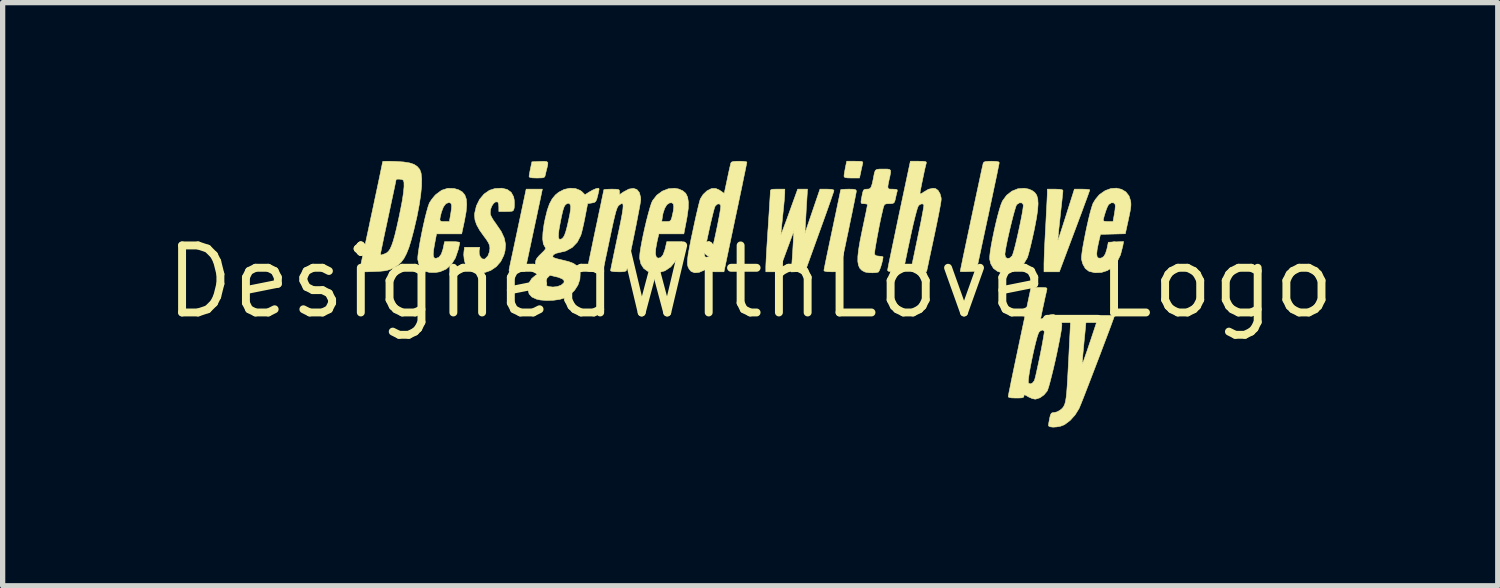
<source format=kicad_pcb>
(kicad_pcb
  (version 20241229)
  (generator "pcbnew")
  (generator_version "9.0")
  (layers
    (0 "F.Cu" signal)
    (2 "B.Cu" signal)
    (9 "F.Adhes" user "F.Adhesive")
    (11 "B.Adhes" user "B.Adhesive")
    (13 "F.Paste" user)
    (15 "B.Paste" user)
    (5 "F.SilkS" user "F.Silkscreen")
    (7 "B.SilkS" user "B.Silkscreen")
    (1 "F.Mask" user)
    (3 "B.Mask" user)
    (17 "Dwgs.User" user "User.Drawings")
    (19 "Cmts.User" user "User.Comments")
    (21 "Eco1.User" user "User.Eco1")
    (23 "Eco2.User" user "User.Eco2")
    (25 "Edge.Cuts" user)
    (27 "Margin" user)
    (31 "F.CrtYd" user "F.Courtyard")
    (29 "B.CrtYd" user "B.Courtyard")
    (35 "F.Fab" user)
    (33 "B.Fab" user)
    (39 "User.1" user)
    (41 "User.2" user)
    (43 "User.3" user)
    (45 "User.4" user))
  (footprint "DesignedWithLove_Logo"
    (layer "F.Cu")
    (at 11.165 2.291)
    (property "Reference" "DesignedWithLove_Logo" (at 0 0 0) (layer "F.SilkS") (effects (font (size 1.27 1.27) (thickness 0.15))))
    (attr through_hole)
    (fp_poly (pts (xy 2.066 -2.285) (xy 2.111 -2.282) (xy 2.131 -2.272) (xy 2.134 -2.254) (xy 2.13 -2.238) (xy 2.119 -2.19) (xy 2.103 -2.12) (xy 2.095 -2.079) (xy 2.071 -1.968) (xy 1.924 -1.968) (xy 1.846 -1.97) (xy 1.801 -1.976) (xy 1.782 -1.989) (xy 1.778 -2.004) (xy 1.782 -2.044) (xy 1.793 -2.108) (xy 1.803 -2.163) (xy 1.829 -2.286) (xy 1.986 -2.286) (xy 2.066 -2.285)) (stroke (width 0.01) (type solid)) (fill yes) (layer "F.SilkS"))
    (fp_poly (pts (xy -3.853 -2.278) (xy -3.834 -2.258) (xy -3.837 -2.217) (xy -3.85 -2.159) (xy -3.868 -2.09) (xy -3.882 -2.027) (xy -3.882 -2.027) (xy -3.891 -1.996) (xy -3.908 -1.979) (xy -3.942 -1.971) (xy -4.004 -1.969) (xy -4.043 -1.968) (xy -4.129 -1.971) (xy -4.176 -1.98) (xy -4.19 -1.995) (xy -4.186 -2.029) (xy -4.175 -2.089) (xy -4.163 -2.148) (xy -4.136 -2.275) (xy -3.984 -2.282) (xy -3.901 -2.284) (xy -3.853 -2.278)) (stroke (width 0.01) (type solid)) (fill yes) (layer "F.SilkS"))
    (fp_poly (pts (xy -3.95 -1.699) (xy -3.957 -1.665) (xy -3.972 -1.594) (xy -3.993 -1.493) (xy -4.02 -1.367) (xy -4.051 -1.219) (xy -4.086 -1.056) (xy -4.115 -0.921) (xy -4.268 -0.201) (xy -4.423 -0.195) (xy -4.502 -0.192) (xy -4.547 -0.194) (xy -4.567 -0.203) (xy -4.57 -0.221) (xy -4.567 -0.237) (xy -4.561 -0.269) (xy -4.547 -0.337) (xy -4.526 -0.436) (xy -4.499 -0.561) (xy -4.468 -0.707) (xy -4.433 -0.87) (xy -4.401 -1.021) (xy -4.245 -1.757) (xy -3.938 -1.757) (xy -3.95 -1.699)) (stroke (width 0.01) (type solid)) (fill yes) (layer "F.SilkS"))
    (fp_poly (pts (xy 4.659 -2.283) (xy 4.706 -2.274) (xy 4.719 -2.26) (xy 4.715 -2.234) (xy 4.702 -2.171) (xy 4.683 -2.076) (xy 4.657 -1.951) (xy 4.625 -1.801) (xy 4.589 -1.63) (xy 4.549 -1.442) (xy 4.507 -1.241) (xy 4.501 -1.217) (xy 4.284 -0.201) (xy 4.132 -0.195) (xy 4.058 -0.193) (xy 4.003 -0.194) (xy 3.98 -0.198) (xy 3.979 -0.198) (xy 3.984 -0.221) (xy 3.996 -0.281) (xy 4.015 -0.372) (xy 4.039 -0.49) (xy 4.069 -0.63) (xy 4.102 -0.787) (xy 4.138 -0.956) (xy 4.175 -1.132) (xy 4.213 -1.311) (xy 4.251 -1.488) (xy 4.287 -1.657) (xy 4.321 -1.815) (xy 4.351 -1.955) (xy 4.376 -2.073) (xy 4.396 -2.165) (xy 4.41 -2.225) (xy 4.415 -2.249) (xy 4.429 -2.269) (xy 4.459 -2.28) (xy 4.517 -2.285) (xy 4.573 -2.286) (xy 4.659 -2.283)) (stroke (width 0.01) (type solid)) (fill yes) (layer "F.SilkS"))
    (fp_poly (pts (xy 1.941 -1.756) (xy 1.986 -1.75) (xy 2.006 -1.738) (xy 2.011 -1.718) (xy 2.007 -1.691) (xy 1.995 -1.629) (xy 1.977 -1.537) (xy 1.953 -1.42) (xy 1.926 -1.286) (xy 1.895 -1.139) (xy 1.864 -0.985) (xy 1.831 -0.831) (xy 1.8 -0.681) (xy 1.77 -0.542) (xy 1.744 -0.42) (xy 1.722 -0.32) (xy 1.706 -0.247) (xy 1.704 -0.238) (xy 1.694 -0.213) (xy 1.674 -0.199) (xy 1.633 -0.192) (xy 1.561 -0.191) (xy 1.545 -0.191) (xy 1.457 -0.194) (xy 1.408 -0.204) (xy 1.397 -0.214) (xy 1.401 -0.24) (xy 1.413 -0.302) (xy 1.432 -0.396) (xy 1.457 -0.517) (xy 1.487 -0.66) (xy 1.521 -0.821) (xy 1.556 -0.986) (xy 1.592 -1.158) (xy 1.626 -1.317) (xy 1.655 -1.457) (xy 1.68 -1.575) (xy 1.699 -1.666) (xy 1.71 -1.724) (xy 1.714 -1.746) (xy 1.734 -1.751) (xy 1.785 -1.755) (xy 1.857 -1.757) (xy 1.863 -1.757) (xy 1.941 -1.756)) (stroke (width 0.01) (type solid)) (fill yes) (layer "F.SilkS"))
    (fp_poly (pts (xy 5.864 -1.754) (xy 5.912 -1.745) (xy 5.926 -1.73) (xy 5.924 -1.702) (xy 5.917 -1.639) (xy 5.908 -1.546) (xy 5.895 -1.431) (xy 5.881 -1.3) (xy 5.875 -1.249) (xy 5.861 -1.115) (xy 5.848 -0.997) (xy 5.839 -0.899) (xy 5.832 -0.829) (xy 5.829 -0.793) (xy 5.829 -0.789) (xy 5.832 -0.792) (xy 5.838 -0.805) (xy 5.848 -0.834) (xy 5.864 -0.882) (xy 5.887 -0.952) (xy 5.918 -1.048) (xy 5.959 -1.176) (xy 6.01 -1.337) (xy 6.044 -1.445) (xy 6.143 -1.757) (xy 6.289 -1.757) (xy 6.361 -1.755) (xy 6.413 -1.75) (xy 6.435 -1.743) (xy 6.435 -1.743) (xy 6.427 -1.72) (xy 6.407 -1.663) (xy 6.375 -1.574) (xy 6.332 -1.459) (xy 6.282 -1.322) (xy 6.224 -1.167) (xy 6.161 -0.998) (xy 6.146 -0.959) (xy 5.858 -0.191) (xy 5.567 -0.191) (xy 5.567 -0.344) (xy 5.569 -0.407) (xy 5.572 -0.506) (xy 5.577 -0.631) (xy 5.584 -0.775) (xy 5.592 -0.93) (xy 5.599 -1.058) (xy 5.607 -1.212) (xy 5.614 -1.355) (xy 5.621 -1.48) (xy 5.626 -1.582) (xy 5.629 -1.654) (xy 5.63 -1.688) (xy 5.63 -1.757) (xy 5.779 -1.757) (xy 5.864 -1.754)) (stroke (width 0.01) (type solid)) (fill yes) (layer "F.SilkS"))
    (fp_poly (pts (xy -1.357 -1.76) (xy -1.278 -1.726) (xy -1.221 -1.677) (xy -1.186 -1.606) (xy -1.171 -1.512) (xy -1.174 -1.388) (xy -1.196 -1.231) (xy -1.208 -1.165) (xy -1.257 -0.91) (xy -1.731 -0.91) (xy -1.767 -0.752) (xy -1.79 -0.625) (xy -1.795 -0.534) (xy -1.782 -0.476) (xy -1.751 -0.45) (xy -1.743 -0.449) (xy -1.693 -0.461) (xy -1.65 -0.515) (xy -1.616 -0.61) (xy -1.606 -0.649) (xy -1.581 -0.762) (xy -1.29 -0.762) (xy -1.303 -0.704) (xy -1.353 -0.527) (xy -1.42 -0.388) (xy -1.505 -0.284) (xy -1.609 -0.214) (xy -1.618 -0.209) (xy -1.734 -0.176) (xy -1.854 -0.176) (xy -1.942 -0.201) (xy -2.018 -0.256) (xy -2.071 -0.34) (xy -2.095 -0.445) (xy -2.095 -0.469) (xy -2.09 -0.537) (xy -2.076 -0.635) (xy -2.054 -0.756) (xy -2.027 -0.89) (xy -1.996 -1.03) (xy -1.969 -1.143) (xy -1.677 -1.143) (xy -1.591 -1.143) (xy -1.535 -1.146) (xy -1.506 -1.163) (xy -1.489 -1.204) (xy -1.484 -1.222) (xy -1.457 -1.342) (xy -1.448 -1.425) (xy -1.457 -1.477) (xy -1.486 -1.499) (xy -1.528 -1.496) (xy -1.578 -1.463) (xy -1.62 -1.394) (xy -1.652 -1.297) (xy -1.662 -1.241) (xy -1.677 -1.143) (xy -1.969 -1.143) (xy -1.963 -1.168) (xy -1.93 -1.296) (xy -1.899 -1.406) (xy -1.872 -1.49) (xy -1.851 -1.538) (xy -1.769 -1.643) (xy -1.666 -1.719) (xy -1.551 -1.764) (xy -1.43 -1.774) (xy -1.357 -1.76)) (stroke (width 0.01) (type solid)) (fill yes) (layer "F.SilkS"))
    (fp_poly (pts (xy -4.602 -1.75) (xy -4.528 -1.695) (xy -4.483 -1.612) (xy -4.471 -1.55) (xy -4.468 -1.476) (xy -4.471 -1.41) (xy -4.475 -1.388) (xy -4.485 -1.358) (xy -4.504 -1.342) (xy -4.543 -1.335) (xy -4.613 -1.334) (xy -4.625 -1.333) (xy -4.763 -1.333) (xy -4.763 -1.417) (xy -4.767 -1.473) (xy -4.779 -1.509) (xy -4.783 -1.513) (xy -4.822 -1.517) (xy -4.862 -1.488) (xy -4.896 -1.437) (xy -4.92 -1.373) (xy -4.926 -1.306) (xy -4.922 -1.274) (xy -4.902 -1.229) (xy -4.864 -1.165) (xy -4.814 -1.096) (xy -4.812 -1.092) (xy -4.718 -0.955) (xy -4.66 -0.83) (xy -4.636 -0.711) (xy -4.645 -0.59) (xy -4.668 -0.505) (xy -4.727 -0.385) (xy -4.812 -0.288) (xy -4.916 -0.217) (xy -5.03 -0.177) (xy -5.149 -0.17) (xy -5.26 -0.199) (xy -5.317 -0.232) (xy -5.359 -0.267) (xy -5.394 -0.329) (xy -5.418 -0.416) (xy -5.428 -0.511) (xy -5.424 -0.572) (xy -5.413 -0.656) (xy -5.125 -0.656) (xy -5.136 -0.587) (xy -5.134 -0.523) (xy -5.112 -0.47) (xy -5.076 -0.435) (xy -5.035 -0.431) (xy -5.023 -0.436) (xy -4.97 -0.491) (xy -4.939 -0.574) (xy -4.932 -0.639) (xy -4.938 -0.689) (xy -4.96 -0.742) (xy -5.003 -0.809) (xy -5.04 -0.858) (xy -5.127 -0.98) (xy -5.184 -1.083) (xy -5.215 -1.174) (xy -5.223 -1.262) (xy -5.221 -1.299) (xy -5.188 -1.44) (xy -5.127 -1.564) (xy -5.043 -1.664) (xy -4.941 -1.735) (xy -4.835 -1.769) (xy -4.705 -1.775) (xy -4.602 -1.75)) (stroke (width 0.01) (type solid)) (fill yes) (layer "F.SilkS"))
    (fp_poly (pts (xy 0.655 -1.677) (xy 0.652 -1.63) (xy 0.646 -1.549) (xy 0.636 -1.444) (xy 0.624 -1.325) (xy 0.616 -1.249) (xy 0.604 -1.132) (xy 0.593 -1.032) (xy 0.586 -0.954) (xy 0.582 -0.906) (xy 0.582 -0.894) (xy 0.59 -0.911) (xy 0.61 -0.963) (xy 0.64 -1.043) (xy 0.679 -1.146) (xy 0.723 -1.267) (xy 0.743 -1.323) (xy 0.9 -1.757) (xy 1.086 -1.757) (xy 1.072 -1.529) (xy 1.064 -1.408) (xy 1.057 -1.276) (xy 1.05 -1.155) (xy 1.047 -1.111) (xy 1.037 -0.921) (xy 1.322 -1.757) (xy 1.455 -1.757) (xy 1.536 -1.754) (xy 1.578 -1.743) (xy 1.587 -1.73) (xy 1.58 -1.705) (xy 1.559 -1.645) (xy 1.528 -1.553) (xy 1.487 -1.436) (xy 1.438 -1.297) (xy 1.382 -1.141) (xy 1.321 -0.972) (xy 1.314 -0.953) (xy 1.043 -0.201) (xy 0.778 -0.188) (xy 0.79 -0.353) (xy 0.797 -0.45) (xy 0.805 -0.57) (xy 0.812 -0.691) (xy 0.815 -0.741) (xy 0.827 -0.963) (xy 0.684 -0.577) (xy 0.542 -0.191) (xy 0.296 -0.191) (xy 0.296 -0.291) (xy 0.298 -0.338) (xy 0.302 -0.42) (xy 0.308 -0.533) (xy 0.316 -0.668) (xy 0.326 -0.82) (xy 0.336 -0.982) (xy 0.339 -1.016) (xy 0.349 -1.177) (xy 0.359 -1.327) (xy 0.367 -1.459) (xy 0.374 -1.568) (xy 0.379 -1.648) (xy 0.381 -1.693) (xy 0.381 -1.699) (xy 0.383 -1.73) (xy 0.395 -1.747) (xy 0.426 -1.755) (xy 0.487 -1.757) (xy 0.519 -1.757) (xy 0.656 -1.757) (xy 0.655 -1.677)) (stroke (width 0.01) (type solid)) (fill yes) (layer "F.SilkS"))
    (fp_poly (pts (xy 5.269 -1.76) (xy 5.338 -1.733) (xy 5.391 -1.695) (xy 5.428 -1.644) (xy 5.449 -1.573) (xy 5.455 -1.481) (xy 5.447 -1.361) (xy 5.425 -1.21) (xy 5.39 -1.025) (xy 5.377 -0.961) (xy 5.347 -0.827) (xy 5.318 -0.702) (xy 5.291 -0.593) (xy 5.268 -0.509) (xy 5.252 -0.457) (xy 5.25 -0.454) (xy 5.182 -0.342) (xy 5.09 -0.255) (xy 4.981 -0.197) (xy 4.863 -0.17) (xy 4.745 -0.18) (xy 4.687 -0.199) (xy 4.61 -0.255) (xy 4.558 -0.343) (xy 4.538 -0.428) (xy 4.539 -0.486) (xy 4.542 -0.517) (xy 4.826 -0.517) (xy 4.84 -0.465) (xy 4.875 -0.443) (xy 4.92 -0.452) (xy 4.964 -0.494) (xy 4.964 -0.494) (xy 4.978 -0.531) (xy 4.999 -0.6) (xy 5.024 -0.695) (xy 5.051 -0.808) (xy 5.079 -0.931) (xy 5.106 -1.057) (xy 5.131 -1.179) (xy 5.152 -1.287) (xy 5.167 -1.377) (xy 5.175 -1.439) (xy 5.174 -1.464) (xy 5.147 -1.497) (xy 5.103 -1.498) (xy 5.055 -1.468) (xy 5.049 -1.461) (xy 5.035 -1.431) (xy 5.015 -1.366) (xy 4.989 -1.275) (xy 4.961 -1.166) (xy 4.931 -1.045) (xy 4.902 -0.92) (xy 4.875 -0.799) (xy 4.853 -0.69) (xy 4.836 -0.599) (xy 4.827 -0.535) (xy 4.826 -0.517) (xy 4.542 -0.517) (xy 4.549 -0.575) (xy 4.567 -0.69) (xy 4.592 -0.822) (xy 4.621 -0.962) (xy 4.653 -1.104) (xy 4.686 -1.239) (xy 4.719 -1.36) (xy 4.749 -1.457) (xy 4.776 -1.524) (xy 4.78 -1.533) (xy 4.859 -1.641) (xy 4.959 -1.719) (xy 5.073 -1.765) (xy 5.194 -1.774) (xy 5.269 -1.76)) (stroke (width 0.01) (type solid)) (fill yes) (layer "F.SilkS"))
    (fp_poly (pts (xy -5.608 -1.769) (xy -5.524 -1.744) (xy -5.455 -1.704) (xy -5.407 -1.646) (xy -5.379 -1.567) (xy -5.372 -1.462) (xy -5.383 -1.327) (xy -5.414 -1.157) (xy -5.418 -1.138) (xy -5.467 -0.91) (xy -5.943 -0.91) (xy -5.981 -0.712) (xy -6 -0.598) (xy -6.006 -0.52) (xy -5.999 -0.472) (xy -5.979 -0.449) (xy -5.955 -0.445) (xy -5.899 -0.465) (xy -5.853 -0.525) (xy -5.82 -0.623) (xy -5.817 -0.638) (xy -5.791 -0.762) (xy -5.647 -0.762) (xy -5.575 -0.76) (xy -5.524 -0.754) (xy -5.504 -0.746) (xy -5.504 -0.746) (xy -5.508 -0.718) (xy -5.52 -0.663) (xy -5.532 -0.611) (xy -5.585 -0.455) (xy -5.661 -0.332) (xy -5.759 -0.244) (xy -5.878 -0.192) (xy -5.962 -0.178) (xy -6.075 -0.179) (xy -6.153 -0.199) (xy -6.228 -0.252) (xy -6.277 -0.332) (xy -6.299 -0.425) (xy -6.298 -0.477) (xy -6.288 -0.562) (xy -6.271 -0.672) (xy -6.248 -0.8) (xy -6.221 -0.937) (xy -6.192 -1.076) (xy -6.168 -1.178) (xy -5.881 -1.178) (xy -5.87 -1.153) (xy -5.839 -1.144) (xy -5.792 -1.143) (xy -5.7 -1.143) (xy -5.673 -1.3) (xy -5.659 -1.395) (xy -5.658 -1.456) (xy -5.671 -1.489) (xy -5.699 -1.502) (xy -5.713 -1.503) (xy -5.766 -1.482) (xy -5.812 -1.422) (xy -5.85 -1.324) (xy -5.854 -1.309) (xy -5.874 -1.227) (xy -5.881 -1.178) (xy -6.168 -1.178) (xy -6.162 -1.208) (xy -6.132 -1.325) (xy -6.105 -1.421) (xy -6.082 -1.486) (xy -6.077 -1.499) (xy -6.036 -1.561) (xy -5.981 -1.629) (xy -5.954 -1.657) (xy -5.846 -1.736) (xy -5.731 -1.773) (xy -5.608 -1.769)) (stroke (width 0.01) (type solid)) (fill yes) (layer "F.SilkS"))
    (fp_poly (pts (xy 7.036 -1.754) (xy 7.118 -1.705) (xy 7.178 -1.629) (xy 7.208 -1.535) (xy 7.213 -1.496) (xy 7.214 -1.456) (xy 7.21 -1.408) (xy 7.2 -1.344) (xy 7.183 -1.258) (xy 7.158 -1.141) (xy 7.141 -1.064) (xy 7.108 -0.912) (xy 6.873 -0.906) (xy 6.637 -0.9) (xy 6.6 -0.741) (xy 6.575 -0.619) (xy 6.566 -0.532) (xy 6.573 -0.477) (xy 6.597 -0.451) (xy 6.639 -0.449) (xy 6.652 -0.452) (xy 6.696 -0.477) (xy 6.731 -0.532) (xy 6.759 -0.622) (xy 6.769 -0.667) (xy 6.786 -0.751) (xy 6.93 -0.758) (xy 7.075 -0.764) (xy 7.061 -0.684) (xy 7.017 -0.513) (xy 6.951 -0.378) (xy 6.862 -0.276) (xy 6.767 -0.214) (xy 6.654 -0.178) (xy 6.534 -0.173) (xy 6.424 -0.199) (xy 6.42 -0.2) (xy 6.35 -0.253) (xy 6.301 -0.341) (xy 6.278 -0.427) (xy 6.278 -0.474) (xy 6.287 -0.554) (xy 6.303 -0.66) (xy 6.326 -0.784) (xy 6.352 -0.918) (xy 6.381 -1.055) (xy 6.405 -1.159) (xy 6.689 -1.159) (xy 6.708 -1.149) (xy 6.755 -1.144) (xy 6.782 -1.143) (xy 6.875 -1.143) (xy 6.901 -1.289) (xy 6.913 -1.367) (xy 6.918 -1.432) (xy 6.915 -1.469) (xy 6.915 -1.469) (xy 6.886 -1.498) (xy 6.842 -1.498) (xy 6.798 -1.47) (xy 6.783 -1.451) (xy 6.761 -1.406) (xy 6.736 -1.338) (xy 6.712 -1.262) (xy 6.694 -1.195) (xy 6.689 -1.159) (xy 6.405 -1.159) (xy 6.411 -1.187) (xy 6.44 -1.306) (xy 6.468 -1.405) (xy 6.491 -1.476) (xy 6.5 -1.495) (xy 6.543 -1.565) (xy 6.602 -1.636) (xy 6.625 -1.659) (xy 6.726 -1.729) (xy 6.833 -1.768) (xy 6.938 -1.776) (xy 7.036 -1.754)) (stroke (width 0.01) (type solid)) (fill yes) (layer "F.SilkS"))
    (fp_poly (pts (xy 6.826 0.637) (xy 6.879 0.64) (xy 6.9 0.646) (xy 6.9 0.646) (xy 6.893 0.671) (xy 6.872 0.729) (xy 6.84 0.817) (xy 6.798 0.93) (xy 6.748 1.063) (xy 6.692 1.21) (xy 6.633 1.367) (xy 6.571 1.529) (xy 6.509 1.691) (xy 6.449 1.848) (xy 6.392 1.995) (xy 6.341 2.127) (xy 6.297 2.239) (xy 6.262 2.326) (xy 6.238 2.384) (xy 6.23 2.402) (xy 6.157 2.52) (xy 6.064 2.624) (xy 5.962 2.701) (xy 5.943 2.711) (xy 5.881 2.735) (xy 5.809 2.748) (xy 5.74 2.753) (xy 5.684 2.746) (xy 5.654 2.73) (xy 5.652 2.721) (xy 5.656 2.683) (xy 5.667 2.622) (xy 5.674 2.583) (xy 5.69 2.52) (xy 5.708 2.488) (xy 5.735 2.477) (xy 5.756 2.477) (xy 5.815 2.463) (xy 5.871 2.432) (xy 5.901 2.408) (xy 5.925 2.383) (xy 5.945 2.352) (xy 5.962 2.312) (xy 5.976 2.259) (xy 5.987 2.188) (xy 5.997 2.095) (xy 6.006 1.975) (xy 6.015 1.825) (xy 6.025 1.64) (xy 6.034 1.473) (xy 6.043 1.295) (xy 6.051 1.129) (xy 6.059 0.98) (xy 6.065 0.855) (xy 6.07 0.756) (xy 6.073 0.691) (xy 6.074 0.662) (xy 6.074 0.661) (xy 6.091 0.646) (xy 6.142 0.637) (xy 6.223 0.635) (xy 6.309 0.638) (xy 6.357 0.647) (xy 6.371 0.661) (xy 6.369 0.69) (xy 6.363 0.753) (xy 6.355 0.846) (xy 6.344 0.96) (xy 6.331 1.089) (xy 6.328 1.119) (xy 6.316 1.25) (xy 6.305 1.365) (xy 6.297 1.458) (xy 6.293 1.524) (xy 6.292 1.556) (xy 6.292 1.558) (xy 6.3 1.54) (xy 6.32 1.488) (xy 6.348 1.407) (xy 6.385 1.302) (xy 6.426 1.179) (xy 6.453 1.1) (xy 6.607 0.635) (xy 6.754 0.635) (xy 6.826 0.637)) (stroke (width 0.01) (type solid)) (fill yes) (layer "F.SilkS"))
    (fp_poly (pts (xy -2.147 -1.75) (xy -2.1 -1.692) (xy -2.076 -1.6) (xy -2.074 -1.554) (xy -2.079 -1.52) (xy -2.09 -1.451) (xy -2.108 -1.354) (xy -2.131 -1.234) (xy -2.157 -1.098) (xy -2.186 -0.954) (xy -2.216 -0.806) (xy -2.246 -0.662) (xy -2.274 -0.527) (xy -2.299 -0.409) (xy -2.32 -0.314) (xy -2.336 -0.248) (xy -2.341 -0.228) (xy -2.354 -0.207) (xy -2.385 -0.196) (xy -2.442 -0.191) (xy -2.499 -0.191) (xy -2.573 -0.193) (xy -2.625 -0.201) (xy -2.646 -0.211) (xy -2.646 -0.211) (xy -2.642 -0.237) (xy -2.63 -0.298) (xy -2.611 -0.39) (xy -2.587 -0.507) (xy -2.558 -0.644) (xy -2.526 -0.795) (xy -2.519 -0.83) (xy -2.478 -1.021) (xy -2.447 -1.174) (xy -2.425 -1.293) (xy -2.412 -1.38) (xy -2.408 -1.439) (xy -2.412 -1.473) (xy -2.426 -1.485) (xy -2.447 -1.48) (xy -2.477 -1.459) (xy -2.494 -1.445) (xy -2.509 -1.425) (xy -2.525 -1.39) (xy -2.544 -1.334) (xy -2.565 -1.254) (xy -2.591 -1.145) (xy -2.622 -1.003) (xy -2.655 -0.847) (xy -2.687 -0.696) (xy -2.716 -0.557) (xy -2.742 -0.436) (xy -2.762 -0.338) (xy -2.777 -0.27) (xy -2.784 -0.238) (xy -2.793 -0.213) (xy -2.813 -0.199) (xy -2.854 -0.192) (xy -2.926 -0.191) (xy -2.943 -0.191) (xy -3.032 -0.194) (xy -3.08 -0.204) (xy -3.09 -0.216) (xy -3.086 -0.241) (xy -3.074 -0.304) (xy -3.055 -0.398) (xy -3.03 -0.519) (xy -3 -0.662) (xy -2.967 -0.823) (xy -2.932 -0.989) (xy -2.895 -1.161) (xy -2.862 -1.32) (xy -2.832 -1.46) (xy -2.808 -1.578) (xy -2.789 -1.668) (xy -2.777 -1.726) (xy -2.773 -1.747) (xy -2.753 -1.752) (xy -2.702 -1.755) (xy -2.631 -1.757) (xy -2.625 -1.757) (xy -2.547 -1.756) (xy -2.503 -1.751) (xy -2.483 -1.74) (xy -2.477 -1.718) (xy -2.477 -1.705) (xy -2.477 -1.652) (xy -2.399 -1.705) (xy -2.299 -1.758) (xy -2.214 -1.772) (xy -2.147 -1.75)) (stroke (width 0.01) (type solid)) (fill yes) (layer "F.SilkS"))
    (fp_poly (pts (xy 2.594 -2.138) (xy 2.639 -2.131) (xy 2.659 -2.112) (xy 2.66 -2.07) (xy 2.647 -1.999) (xy 2.635 -1.947) (xy 2.616 -1.858) (xy 2.608 -1.802) (xy 2.614 -1.772) (xy 2.636 -1.759) (xy 2.678 -1.757) (xy 2.7 -1.757) (xy 2.759 -1.754) (xy 2.785 -1.745) (xy 2.787 -1.724) (xy 2.786 -1.72) (xy 2.773 -1.672) (xy 2.761 -1.619) (xy 2.745 -1.546) (xy 2.729 -1.505) (xy 2.705 -1.487) (xy 2.664 -1.482) (xy 2.635 -1.482) (xy 2.576 -1.479) (xy 2.546 -1.466) (xy 2.529 -1.43) (xy 2.521 -1.402) (xy 2.5 -1.312) (xy 2.475 -1.203) (xy 2.45 -1.082) (xy 2.426 -0.957) (xy 2.403 -0.835) (xy 2.383 -0.723) (xy 2.367 -0.629) (xy 2.358 -0.56) (xy 2.356 -0.524) (xy 2.356 -0.521) (xy 2.389 -0.494) (xy 2.444 -0.487) (xy 2.493 -0.483) (xy 2.517 -0.473) (xy 2.518 -0.471) (xy 2.51 -0.42) (xy 2.494 -0.352) (xy 2.473 -0.282) (xy 2.451 -0.224) (xy 2.433 -0.19) (xy 2.43 -0.187) (xy 2.388 -0.176) (xy 2.322 -0.172) (xy 2.249 -0.174) (xy 2.188 -0.184) (xy 2.17 -0.189) (xy 2.117 -0.218) (xy 2.077 -0.258) (xy 2.052 -0.313) (xy 2.039 -0.387) (xy 2.04 -0.484) (xy 2.054 -0.61) (xy 2.08 -0.766) (xy 2.119 -0.959) (xy 2.126 -0.993) (xy 2.154 -1.126) (xy 2.179 -1.245) (xy 2.2 -1.345) (xy 2.214 -1.418) (xy 2.222 -1.458) (xy 2.223 -1.464) (xy 2.204 -1.476) (xy 2.16 -1.482) (xy 2.159 -1.482) (xy 2.123 -1.483) (xy 2.104 -1.491) (xy 2.099 -1.516) (xy 2.106 -1.567) (xy 2.12 -1.637) (xy 2.134 -1.704) (xy 2.149 -1.74) (xy 2.172 -1.754) (xy 2.211 -1.757) (xy 2.214 -1.757) (xy 2.25 -1.76) (xy 2.276 -1.774) (xy 2.295 -1.806) (xy 2.313 -1.863) (xy 2.332 -1.952) (xy 2.339 -1.99) (xy 2.354 -2.066) (xy 2.37 -2.11) (xy 2.399 -2.131) (xy 2.45 -2.137) (xy 2.52 -2.138) (xy 2.594 -2.138)) (stroke (width 0.01) (type solid)) (fill yes) (layer "F.SilkS"))
    (fp_poly (pts (xy 3.271 -2.285) (xy 3.317 -2.28) (xy 3.336 -2.27) (xy 3.337 -2.253) (xy 3.336 -2.249) (xy 3.325 -2.206) (xy 3.308 -2.135) (xy 3.289 -2.046) (xy 3.269 -1.949) (xy 3.249 -1.854) (xy 3.233 -1.771) (xy 3.221 -1.709) (xy 3.217 -1.68) (xy 3.226 -1.666) (xy 3.257 -1.68) (xy 3.286 -1.701) (xy 3.378 -1.755) (xy 3.463 -1.774) (xy 3.512 -1.768) (xy 3.56 -1.733) (xy 3.597 -1.67) (xy 3.618 -1.592) (xy 3.619 -1.562) (xy 3.615 -1.524) (xy 3.603 -1.45) (xy 3.584 -1.347) (xy 3.559 -1.219) (xy 3.529 -1.073) (xy 3.496 -0.914) (xy 3.482 -0.848) (xy 3.448 -0.689) (xy 3.417 -0.544) (xy 3.39 -0.418) (xy 3.369 -0.316) (xy 3.353 -0.243) (xy 3.345 -0.203) (xy 3.344 -0.198) (xy 3.325 -0.194) (xy 3.274 -0.192) (xy 3.202 -0.191) (xy 3.196 -0.191) (xy 3.115 -0.192) (xy 3.069 -0.199) (xy 3.05 -0.213) (xy 3.048 -0.222) (xy 3.052 -0.25) (xy 3.064 -0.314) (xy 3.083 -0.408) (xy 3.108 -0.527) (xy 3.137 -0.666) (xy 3.169 -0.817) (xy 3.175 -0.848) (xy 3.207 -1.001) (xy 3.236 -1.141) (xy 3.259 -1.262) (xy 3.277 -1.359) (xy 3.288 -1.427) (xy 3.291 -1.46) (xy 3.29 -1.462) (xy 3.258 -1.481) (xy 3.215 -1.466) (xy 3.189 -1.443) (xy 3.173 -1.409) (xy 3.151 -1.336) (xy 3.122 -1.226) (xy 3.087 -1.083) (xy 3.048 -0.907) (xy 3.027 -0.808) (xy 2.994 -0.655) (xy 2.965 -0.515) (xy 2.94 -0.395) (xy 2.92 -0.3) (xy 2.906 -0.234) (xy 2.9 -0.202) (xy 2.9 -0.201) (xy 2.88 -0.196) (xy 2.829 -0.192) (xy 2.758 -0.191) (xy 2.752 -0.191) (xy 2.665 -0.193) (xy 2.617 -0.203) (xy 2.603 -0.217) (xy 2.607 -0.242) (xy 2.619 -0.305) (xy 2.638 -0.401) (xy 2.664 -0.526) (xy 2.695 -0.676) (xy 2.731 -0.847) (xy 2.77 -1.035) (xy 2.812 -1.236) (xy 2.818 -1.265) (xy 3.035 -2.286) (xy 3.191 -2.286) (xy 3.271 -2.285)) (stroke (width 0.01) (type solid)) (fill yes) (layer "F.SilkS"))
    (fp_poly (pts (xy -0.137 -2.284) (xy -0.085 -2.278) (xy -0.063 -2.271) (xy -0.063 -2.27) (xy -0.067 -2.247) (xy -0.079 -2.186) (xy -0.098 -2.092) (xy -0.124 -1.969) (xy -0.154 -1.82) (xy -0.19 -1.65) (xy -0.229 -1.462) (xy -0.272 -1.261) (xy -0.28 -1.223) (xy -0.497 -0.191) (xy -0.653 -0.191) (xy -0.733 -0.192) (xy -0.779 -0.196) (xy -0.799 -0.206) (xy -0.8 -0.224) (xy -0.799 -0.23) (xy -0.796 -0.252) (xy -0.809 -0.254) (xy -0.847 -0.236) (xy -0.876 -0.22) (xy -0.969 -0.18) (xy -1.051 -0.172) (xy -1.115 -0.196) (xy -1.13 -0.209) (xy -1.156 -0.242) (xy -1.175 -0.276) (xy -1.187 -0.318) (xy -1.19 -0.372) (xy -1.185 -0.444) (xy -1.176 -0.513) (xy -0.868 -0.513) (xy -0.855 -0.474) (xy -0.826 -0.466) (xy -0.784 -0.482) (xy -0.755 -0.513) (xy -0.741 -0.549) (xy -0.722 -0.618) (xy -0.699 -0.711) (xy -0.673 -0.822) (xy -0.647 -0.943) (xy -0.621 -1.066) (xy -0.598 -1.184) (xy -0.578 -1.289) (xy -0.564 -1.374) (xy -0.558 -1.431) (xy -0.558 -1.45) (xy -0.585 -1.479) (xy -0.624 -1.473) (xy -0.662 -1.437) (xy -0.664 -1.434) (xy -0.677 -1.401) (xy -0.696 -1.333) (xy -0.719 -1.24) (xy -0.746 -1.129) (xy -0.773 -1.008) (xy -0.8 -0.884) (xy -0.825 -0.766) (xy -0.846 -0.661) (xy -0.86 -0.578) (xy -0.868 -0.523) (xy -0.868 -0.513) (xy -1.176 -0.513) (xy -1.172 -0.537) (xy -1.15 -0.658) (xy -1.12 -0.812) (xy -1.09 -0.952) (xy -1.058 -1.103) (xy -1.027 -1.243) (xy -0.998 -1.367) (xy -0.974 -1.467) (xy -0.955 -1.539) (xy -0.944 -1.573) (xy -0.892 -1.656) (xy -0.82 -1.724) (xy -0.74 -1.765) (xy -0.718 -1.77) (xy -0.654 -1.77) (xy -0.59 -1.743) (xy -0.569 -1.729) (xy -0.492 -1.677) (xy -0.435 -1.944) (xy -0.413 -2.049) (xy -0.393 -2.14) (xy -0.377 -2.209) (xy -0.368 -2.247) (xy -0.368 -2.249) (xy -0.355 -2.269) (xy -0.325 -2.28) (xy -0.267 -2.285) (xy -0.21 -2.286) (xy -0.137 -2.284)) (stroke (width 0.01) (type solid)) (fill yes) (layer "F.SilkS"))
    (fp_poly (pts (xy -6.811 -2.285) (xy -6.715 -2.282) (xy -6.567 -2.272) (xy -6.455 -2.254) (xy -6.371 -2.227) (xy -6.31 -2.187) (xy -6.264 -2.133) (xy -6.261 -2.129) (xy -6.236 -2.06) (xy -6.225 -1.954) (xy -6.227 -1.817) (xy -6.243 -1.651) (xy -6.271 -1.462) (xy -6.311 -1.252) (xy -6.326 -1.185) (xy -6.376 -0.971) (xy -6.423 -0.794) (xy -6.467 -0.65) (xy -6.513 -0.535) (xy -6.56 -0.445) (xy -6.613 -0.374) (xy -6.671 -0.319) (xy -6.739 -0.276) (xy -6.763 -0.263) (xy -6.819 -0.238) (xy -6.872 -0.221) (xy -6.933 -0.209) (xy -7.013 -0.201) (xy -7.122 -0.196) (xy -7.148 -0.195) (xy -7.257 -0.191) (xy -7.331 -0.19) (xy -7.376 -0.192) (xy -7.398 -0.199) (xy -7.404 -0.21) (xy -7.401 -0.225) (xy -7.394 -0.252) (xy -7.38 -0.316) (xy -7.36 -0.41) (xy -7.335 -0.526) (xy -7.006 -0.526) (xy -7.004 -0.512) (xy -6.99 -0.51) (xy -6.952 -0.522) (xy -6.924 -0.532) (xy -6.887 -0.55) (xy -6.854 -0.579) (xy -6.823 -0.624) (xy -6.794 -0.688) (xy -6.764 -0.775) (xy -6.732 -0.889) (xy -6.697 -1.034) (xy -6.657 -1.214) (xy -6.626 -1.365) (xy -6.592 -1.541) (xy -6.57 -1.689) (xy -6.559 -1.804) (xy -6.56 -1.885) (xy -6.571 -1.925) (xy -6.596 -1.938) (xy -6.639 -1.946) (xy -6.683 -1.947) (xy -6.708 -1.94) (xy -6.71 -1.937) (xy -6.714 -1.914) (xy -6.726 -1.855) (xy -6.745 -1.764) (xy -6.77 -1.647) (xy -6.8 -1.508) (xy -6.833 -1.352) (xy -6.858 -1.235) (xy -6.893 -1.07) (xy -6.926 -0.918) (xy -6.954 -0.783) (xy -6.977 -0.672) (xy -6.994 -0.589) (xy -7.004 -0.539) (xy -7.006 -0.526) (xy -7.335 -0.526) (xy -7.333 -0.531) (xy -7.303 -0.674) (xy -7.269 -0.832) (xy -7.232 -1.003) (xy -7.195 -1.18) (xy -7.156 -1.36) (xy -7.119 -1.536) (xy -7.083 -1.704) (xy -7.05 -1.86) (xy -7.021 -1.999) (xy -6.997 -2.115) (xy -6.979 -2.203) (xy -6.967 -2.26) (xy -6.964 -2.28) (xy -6.944 -2.284) (xy -6.89 -2.285) (xy -6.811 -2.285)) (stroke (width 0.01) (type solid)) (fill yes) (layer "F.SilkS"))
    (fp_poly (pts (xy 5.555 0.107) (xy 5.601 0.11) (xy 5.621 0.12) (xy 5.623 0.139) (xy 5.62 0.153) (xy 5.605 0.221) (xy 5.585 0.307) (xy 5.565 0.402) (xy 5.544 0.498) (xy 5.526 0.585) (xy 5.512 0.653) (xy 5.504 0.694) (xy 5.503 0.7) (xy 5.52 0.701) (xy 5.561 0.683) (xy 5.593 0.666) (xy 5.679 0.626) (xy 5.746 0.618) (xy 5.806 0.643) (xy 5.844 0.676) (xy 5.889 0.735) (xy 5.905 0.801) (xy 5.905 0.821) (xy 5.901 0.876) (xy 5.887 0.963) (xy 5.867 1.075) (xy 5.841 1.205) (xy 5.812 1.347) (xy 5.78 1.493) (xy 5.747 1.636) (xy 5.714 1.77) (xy 5.684 1.888) (xy 5.658 1.982) (xy 5.637 2.046) (xy 5.627 2.069) (xy 5.566 2.142) (xy 5.49 2.196) (xy 5.413 2.221) (xy 5.397 2.222) (xy 5.344 2.211) (xy 5.283 2.184) (xy 5.275 2.18) (xy 5.222 2.149) (xy 5.196 2.14) (xy 5.187 2.153) (xy 5.186 2.17) (xy 5.177 2.187) (xy 5.146 2.197) (xy 5.084 2.201) (xy 5.038 2.201) (xy 4.951 2.198) (xy 4.903 2.189) (xy 4.889 2.175) (xy 4.893 2.149) (xy 4.905 2.087) (xy 4.925 1.991) (xy 4.946 1.885) (xy 5.269 1.885) (xy 5.272 1.917) (xy 5.272 1.918) (xy 5.307 1.934) (xy 5.348 1.917) (xy 5.381 1.876) (xy 5.389 1.857) (xy 5.403 1.806) (xy 5.422 1.725) (xy 5.444 1.624) (xy 5.469 1.508) (xy 5.494 1.387) (xy 5.518 1.267) (xy 5.539 1.155) (xy 5.556 1.059) (xy 5.568 0.986) (xy 5.573 0.944) (xy 5.573 0.938) (xy 5.547 0.912) (xy 5.507 0.922) (xy 5.475 0.949) (xy 5.458 0.983) (xy 5.436 1.05) (xy 5.411 1.142) (xy 5.384 1.253) (xy 5.357 1.374) (xy 5.331 1.499) (xy 5.307 1.619) (xy 5.288 1.729) (xy 5.275 1.82) (xy 5.269 1.885) (xy 4.946 1.885) (xy 4.95 1.866) (xy 4.981 1.716) (xy 5.017 1.544) (xy 5.057 1.356) (xy 5.099 1.155) (xy 5.105 1.127) (xy 5.321 0.106) (xy 5.476 0.106) (xy 5.555 0.107)) (stroke (width 0.01) (type solid)) (fill yes) (layer "F.SilkS"))
    (fp_poly (pts (xy -2.863 -1.76) (xy -2.869 -1.722) (xy -2.891 -1.627) (xy -2.908 -1.565) (xy -2.925 -1.528) (xy -2.946 -1.509) (xy -2.976 -1.5) (xy -3 -1.495) (xy -3.08 -1.483) (xy -3.13 -1.224) (xy -3.152 -1.115) (xy -3.175 -1.014) (xy -3.195 -0.931) (xy -3.21 -0.881) (xy -3.276 -0.752) (xy -3.371 -0.653) (xy -3.492 -0.586) (xy -3.609 -0.558) (xy -3.68 -0.541) (xy -3.727 -0.515) (xy -3.743 -0.485) (xy -3.734 -0.466) (xy -3.705 -0.452) (xy -3.646 -0.434) (xy -3.57 -0.416) (xy -3.56 -0.414) (xy -3.437 -0.383) (xy -3.35 -0.35) (xy -3.29 -0.309) (xy -3.251 -0.258) (xy -3.249 -0.255) (xy -3.221 -0.156) (xy -3.227 -0.048) (xy -3.264 0.06) (xy -3.329 0.161) (xy -3.418 0.247) (xy -3.512 0.302) (xy -3.609 0.332) (xy -3.731 0.349) (xy -3.859 0.353) (xy -3.978 0.343) (xy -4.047 0.328) (xy -4.136 0.287) (xy -4.189 0.229) (xy -4.211 0.147) (xy -4.212 0.112) (xy -4.193 0.022) (xy -4.191 0.019) (xy -3.911 0.019) (xy -3.911 0.027) (xy -3.878 0.065) (xy -3.817 0.089) (xy -3.74 0.098) (xy -3.659 0.09) (xy -3.588 0.065) (xy -3.578 0.059) (xy -3.53 0.017) (xy -3.524 -0.021) (xy -3.559 -0.056) (xy -3.635 -0.087) (xy -3.673 -0.096) (xy -3.795 -0.125) (xy -3.857 -0.062) (xy -3.894 -0.017) (xy -3.911 0.019) (xy -4.191 0.019) (xy -4.139 -0.063) (xy -4.061 -0.128) (xy -4.023 -0.148) (xy -3.961 -0.173) (xy -4.017 -0.222) (xy -4.057 -0.269) (xy -4.07 -0.328) (xy -4.07 -0.351) (xy -4.064 -0.401) (xy -4.043 -0.445) (xy -4.001 -0.495) (xy -3.963 -0.532) (xy -3.909 -0.586) (xy -3.881 -0.62) (xy -3.877 -0.643) (xy -3.89 -0.664) (xy -3.891 -0.665) (xy -3.92 -0.72) (xy -3.932 -0.811) (xy -3.929 -0.893) (xy -3.634 -0.893) (xy -3.631 -0.833) (xy -3.614 -0.806) (xy -3.582 -0.81) (xy -3.564 -0.821) (xy -3.54 -0.845) (xy -3.517 -0.887) (xy -3.494 -0.953) (xy -3.468 -1.049) (xy -3.44 -1.174) (xy -3.416 -1.291) (xy -3.404 -1.375) (xy -3.401 -1.429) (xy -3.409 -1.462) (xy -3.409 -1.462) (xy -3.433 -1.49) (xy -3.468 -1.483) (xy -3.473 -1.481) (xy -3.497 -1.465) (xy -3.516 -1.441) (xy -3.533 -1.404) (xy -3.551 -1.345) (xy -3.571 -1.259) (xy -3.596 -1.139) (xy -3.599 -1.121) (xy -3.623 -0.988) (xy -3.634 -0.893) (xy -3.929 -0.893) (xy -3.927 -0.934) (xy -3.907 -1.086) (xy -3.885 -1.196) (xy -3.846 -1.355) (xy -3.803 -1.478) (xy -3.752 -1.573) (xy -3.691 -1.647) (xy -3.629 -1.698) (xy -3.526 -1.751) (xy -3.417 -1.775) (xy -3.312 -1.769) (xy -3.221 -1.733) (xy -3.182 -1.703) (xy -3.131 -1.651) (xy -3.049 -1.703) (xy -2.985 -1.739) (xy -2.926 -1.765) (xy -2.911 -1.769) (xy -2.873 -1.775) (xy -2.863 -1.76)) (stroke (width 0.01) (type solid)) (fill yes) (layer "F.SilkS")))
  (gr_rect
    (start -3 -3)
    (end 25.33 8.049)
    (stroke (width 0.1) (type default))
    (fill no)
    (layer "Edge.Cuts")))
</source>
